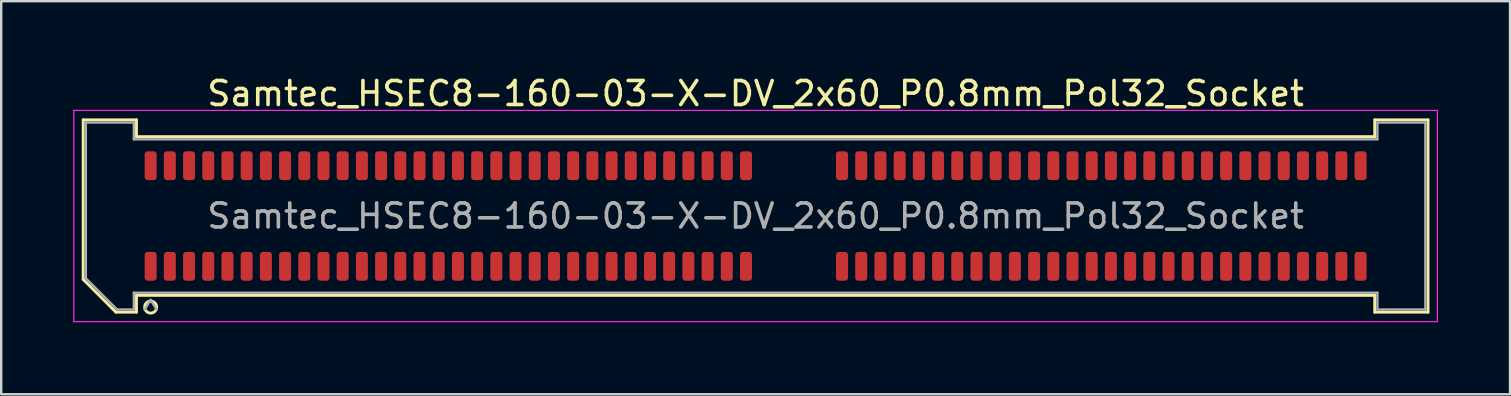
<source format=kicad_pcb>
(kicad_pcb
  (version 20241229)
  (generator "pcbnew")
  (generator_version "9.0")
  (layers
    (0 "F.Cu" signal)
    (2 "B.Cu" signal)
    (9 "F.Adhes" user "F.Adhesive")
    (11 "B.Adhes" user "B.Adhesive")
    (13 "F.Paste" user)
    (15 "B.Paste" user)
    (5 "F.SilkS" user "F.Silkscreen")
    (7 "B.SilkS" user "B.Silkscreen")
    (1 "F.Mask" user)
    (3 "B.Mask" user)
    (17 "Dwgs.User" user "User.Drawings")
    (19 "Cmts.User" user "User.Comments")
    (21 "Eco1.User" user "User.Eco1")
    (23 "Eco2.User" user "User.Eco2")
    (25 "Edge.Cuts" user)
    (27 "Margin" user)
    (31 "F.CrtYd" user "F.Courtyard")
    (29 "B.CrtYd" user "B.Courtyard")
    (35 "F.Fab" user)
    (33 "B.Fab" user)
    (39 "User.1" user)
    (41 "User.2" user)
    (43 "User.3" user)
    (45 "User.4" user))
  (footprint "Samtec_HSEC8-160-03-X-DV_2x60_P0.8mm_Pol32_Socket"
    (layer "F.Cu")
    (at 28.425 5.948)
    (property "Reference" "Samtec_HSEC8-160-03-X-DV_2x60_P0.8mm_Pol32_Socket" (at 0 -5.1 0) (layer "F.SilkS") (effects (font (size 1 1) (thickness 0.15))))
    (attr smd)
    (fp_line (start -28.01 -4.005) (end -25.79 -4.005) (stroke (width 0.12) (type solid)) (layer "F.SilkS"))
    (fp_line (start -28.01 2.641) (end -28.01 -4.005) (stroke (width 0.12) (type solid)) (layer "F.SilkS"))
    (fp_line (start -26.646 4.005) (end -28.01 2.641) (stroke (width 0.12) (type solid)) (layer "F.SilkS"))
    (fp_line (start -25.79 -4.005) (end -25.79 -3.305) (stroke (width 0.12) (type solid)) (layer "F.SilkS"))
    (fp_line (start -25.79 -3.305) (end 25.79 -3.305) (stroke (width 0.12) (type solid)) (layer "F.SilkS"))
    (fp_line (start -25.79 3.305) (end -25.79 4.005) (stroke (width 0.12) (type solid)) (layer "F.SilkS"))
    (fp_line (start -25.79 4.005) (end -26.646 4.005) (stroke (width 0.12) (type solid)) (layer "F.SilkS"))
    (fp_line (start 25.79 -4.005) (end 28.01 -4.005) (stroke (width 0.12) (type solid)) (layer "F.SilkS"))
    (fp_line (start 25.79 -3.305) (end 25.79 -4.005) (stroke (width 0.12) (type solid)) (layer "F.SilkS"))
    (fp_line (start 25.79 3.305) (end -25.79 3.305) (stroke (width 0.12) (type solid)) (layer "F.SilkS"))
    (fp_line (start 25.79 4.005) (end 25.79 3.305) (stroke (width 0.12) (type solid)) (layer "F.SilkS"))
    (fp_line (start 28.01 -4.005) (end 28.01 4.005) (stroke (width 0.12) (type solid)) (layer "F.SilkS"))
    (fp_line (start 28.01 4.005) (end 25.79 4.005) (stroke (width 0.12) (type solid)) (layer "F.SilkS"))
    (fp_arc (start -24.95 3.795) (mid -25.45 3.795) (end -24.95 3.795) (stroke (width 0.12) (type solid)) (layer "F.SilkS"))
    (fp_line (start -28.4 -4.4) (end -28.4 4.4) (stroke (width 0.05) (type solid)) (layer "F.CrtYd"))
    (fp_line (start -28.4 4.4) (end 28.4 4.4) (stroke (width 0.05) (type solid)) (layer "F.CrtYd"))
    (fp_line (start 28.4 -4.4) (end -28.4 -4.4) (stroke (width 0.05) (type solid)) (layer "F.CrtYd"))
    (fp_line (start 28.4 4.4) (end 28.4 -4.4) (stroke (width 0.05) (type solid)) (layer "F.CrtYd"))
    (fp_line (start -27.9 -3.895) (end -25.9 -3.895) (stroke (width 0.1) (type solid)) (layer "F.Fab"))
    (fp_line (start -27.9 2.595) (end -27.9 -3.895) (stroke (width 0.1) (type solid)) (layer "F.Fab"))
    (fp_line (start -26.6 3.895) (end -27.9 2.595) (stroke (width 0.1) (type solid)) (layer "F.Fab"))
    (fp_line (start -25.9 -3.895) (end -25.9 -3.195) (stroke (width 0.1) (type solid)) (layer "F.Fab"))
    (fp_line (start -25.9 -3.195) (end 25.9 -3.195) (stroke (width 0.1) (type solid)) (layer "F.Fab"))
    (fp_line (start -25.9 3.195) (end -25.9 3.895) (stroke (width 0.1) (type solid)) (layer "F.Fab"))
    (fp_line (start -25.9 3.895) (end -26.6 3.895) (stroke (width 0.1) (type solid)) (layer "F.Fab"))
    (fp_line (start -25.2 3.495) (end -25.45 3.895) (stroke (width 0.1) (type solid)) (layer "F.Fab"))
    (fp_line (start -25.2 3.495) (end -24.95 3.895) (stroke (width 0.1) (type solid)) (layer "F.Fab"))
    (fp_line (start 25.9 -3.895) (end 27.9 -3.895) (stroke (width 0.1) (type solid)) (layer "F.Fab"))
    (fp_line (start 25.9 -3.195) (end 25.9 -3.895) (stroke (width 0.1) (type solid)) (layer "F.Fab"))
    (fp_line (start 25.9 3.195) (end -25.9 3.195) (stroke (width 0.1) (type solid)) (layer "F.Fab"))
    (fp_line (start 25.9 3.895) (end 25.9 3.195) (stroke (width 0.1) (type solid)) (layer "F.Fab"))
    (fp_line (start 27.9 -3.895) (end 27.9 3.895) (stroke (width 0.1) (type solid)) (layer "F.Fab"))
    (fp_line (start 27.9 3.895) (end 25.9 3.895) (stroke (width 0.1) (type solid)) (layer "F.Fab"))
    (fp_text user "${REFERENCE}" (at 0 0 0) (layer "F.Fab") (effects (font (size 1 1) (thickness 0.15))))
    (pad "1" smd roundrect (at -25.2 2.095) (size 0.5 1.2) (layers "F.Cu" "F.Mask" "F.Paste") (roundrect_rratio 0.25))
    (pad "2" smd roundrect (at -25.2 -2.095) (size 0.5 1.2) (layers "F.Cu" "F.Mask" "F.Paste") (roundrect_rratio 0.25))
    (pad "3" smd roundrect (at -24.4 2.095) (size 0.5 1.2) (layers "F.Cu" "F.Mask" "F.Paste") (roundrect_rratio 0.25))
    (pad "4" smd roundrect (at -24.4 -2.095) (size 0.5 1.2) (layers "F.Cu" "F.Mask" "F.Paste") (roundrect_rratio 0.25))
    (pad "5" smd roundrect (at -23.6 2.095) (size 0.5 1.2) (layers "F.Cu" "F.Mask" "F.Paste") (roundrect_rratio 0.25))
    (pad "6" smd roundrect (at -23.6 -2.095) (size 0.5 1.2) (layers "F.Cu" "F.Mask" "F.Paste") (roundrect_rratio 0.25))
    (pad "7" smd roundrect (at -22.8 2.095) (size 0.5 1.2) (layers "F.Cu" "F.Mask" "F.Paste") (roundrect_rratio 0.25))
    (pad "8" smd roundrect (at -22.8 -2.095) (size 0.5 1.2) (layers "F.Cu" "F.Mask" "F.Paste") (roundrect_rratio 0.25))
    (pad "9" smd roundrect (at -22 2.095) (size 0.5 1.2) (layers "F.Cu" "F.Mask" "F.Paste") (roundrect_rratio 0.25))
    (pad "10" smd roundrect (at -22 -2.095) (size 0.5 1.2) (layers "F.Cu" "F.Mask" "F.Paste") (roundrect_rratio 0.25))
    (pad "11" smd roundrect (at -21.2 2.095) (size 0.5 1.2) (layers "F.Cu" "F.Mask" "F.Paste") (roundrect_rratio 0.25))
    (pad "12" smd roundrect (at -21.2 -2.095) (size 0.5 1.2) (layers "F.Cu" "F.Mask" "F.Paste") (roundrect_rratio 0.25))
    (pad "13" smd roundrect (at -20.4 2.095) (size 0.5 1.2) (layers "F.Cu" "F.Mask" "F.Paste") (roundrect_rratio 0.25))
    (pad "14" smd roundrect (at -20.4 -2.095) (size 0.5 1.2) (layers "F.Cu" "F.Mask" "F.Paste") (roundrect_rratio 0.25))
    (pad "15" smd roundrect (at -19.6 2.095) (size 0.5 1.2) (layers "F.Cu" "F.Mask" "F.Paste") (roundrect_rratio 0.25))
    (pad "16" smd roundrect (at -19.6 -2.095) (size 0.5 1.2) (layers "F.Cu" "F.Mask" "F.Paste") (roundrect_rratio 0.25))
    (pad "17" smd roundrect (at -18.8 2.095) (size 0.5 1.2) (layers "F.Cu" "F.Mask" "F.Paste") (roundrect_rratio 0.25))
    (pad "18" smd roundrect (at -18.8 -2.095) (size 0.5 1.2) (layers "F.Cu" "F.Mask" "F.Paste") (roundrect_rratio 0.25))
    (pad "19" smd roundrect (at -18 2.095) (size 0.5 1.2) (layers "F.Cu" "F.Mask" "F.Paste") (roundrect_rratio 0.25))
    (pad "20" smd roundrect (at -18 -2.095) (size 0.5 1.2) (layers "F.Cu" "F.Mask" "F.Paste") (roundrect_rratio 0.25))
    (pad "21" smd roundrect (at -17.2 2.095) (size 0.5 1.2) (layers "F.Cu" "F.Mask" "F.Paste") (roundrect_rratio 0.25))
    (pad "22" smd roundrect (at -17.2 -2.095) (size 0.5 1.2) (layers "F.Cu" "F.Mask" "F.Paste") (roundrect_rratio 0.25))
    (pad "23" smd roundrect (at -16.4 2.095) (size 0.5 1.2) (layers "F.Cu" "F.Mask" "F.Paste") (roundrect_rratio 0.25))
    (pad "24" smd roundrect (at -16.4 -2.095) (size 0.5 1.2) (layers "F.Cu" "F.Mask" "F.Paste") (roundrect_rratio 0.25))
    (pad "25" smd roundrect (at -15.6 2.095) (size 0.5 1.2) (layers "F.Cu" "F.Mask" "F.Paste") (roundrect_rratio 0.25))
    (pad "26" smd roundrect (at -15.6 -2.095) (size 0.5 1.2) (layers "F.Cu" "F.Mask" "F.Paste") (roundrect_rratio 0.25))
    (pad "27" smd roundrect (at -14.8 2.095) (size 0.5 1.2) (layers "F.Cu" "F.Mask" "F.Paste") (roundrect_rratio 0.25))
    (pad "28" smd roundrect (at -14.8 -2.095) (size 0.5 1.2) (layers "F.Cu" "F.Mask" "F.Paste") (roundrect_rratio 0.25))
    (pad "29" smd roundrect (at -14 2.095) (size 0.5 1.2) (layers "F.Cu" "F.Mask" "F.Paste") (roundrect_rratio 0.25))
    (pad "30" smd roundrect (at -14 -2.095) (size 0.5 1.2) (layers "F.Cu" "F.Mask" "F.Paste") (roundrect_rratio 0.25))
    (pad "31" smd roundrect (at -13.2 2.095) (size 0.5 1.2) (layers "F.Cu" "F.Mask" "F.Paste") (roundrect_rratio 0.25))
    (pad "32" smd roundrect (at -13.2 -2.095) (size 0.5 1.2) (layers "F.Cu" "F.Mask" "F.Paste") (roundrect_rratio 0.25))
    (pad "33" smd roundrect (at -12.4 2.095) (size 0.5 1.2) (layers "F.Cu" "F.Mask" "F.Paste") (roundrect_rratio 0.25))
    (pad "34" smd roundrect (at -12.4 -2.095) (size 0.5 1.2) (layers "F.Cu" "F.Mask" "F.Paste") (roundrect_rratio 0.25))
    (pad "35" smd roundrect (at -11.6 2.095) (size 0.5 1.2) (layers "F.Cu" "F.Mask" "F.Paste") (roundrect_rratio 0.25))
    (pad "36" smd roundrect (at -11.6 -2.095) (size 0.5 1.2) (layers "F.Cu" "F.Mask" "F.Paste") (roundrect_rratio 0.25))
    (pad "37" smd roundrect (at -10.8 2.095) (size 0.5 1.2) (layers "F.Cu" "F.Mask" "F.Paste") (roundrect_rratio 0.25))
    (pad "38" smd roundrect (at -10.8 -2.095) (size 0.5 1.2) (layers "F.Cu" "F.Mask" "F.Paste") (roundrect_rratio 0.25))
    (pad "39" smd roundrect (at -10 2.095) (size 0.5 1.2) (layers "F.Cu" "F.Mask" "F.Paste") (roundrect_rratio 0.25))
    (pad "40" smd roundrect (at -10 -2.095) (size 0.5 1.2) (layers "F.Cu" "F.Mask" "F.Paste") (roundrect_rratio 0.25))
    (pad "41" smd roundrect (at -9.2 2.095) (size 0.5 1.2) (layers "F.Cu" "F.Mask" "F.Paste") (roundrect_rratio 0.25))
    (pad "42" smd roundrect (at -9.2 -2.095) (size 0.5 1.2) (layers "F.Cu" "F.Mask" "F.Paste") (roundrect_rratio 0.25))
    (pad "43" smd roundrect (at -8.4 2.095) (size 0.5 1.2) (layers "F.Cu" "F.Mask" "F.Paste") (roundrect_rratio 0.25))
    (pad "44" smd roundrect (at -8.4 -2.095) (size 0.5 1.2) (layers "F.Cu" "F.Mask" "F.Paste") (roundrect_rratio 0.25))
    (pad "45" smd roundrect (at -7.6 2.095) (size 0.5 1.2) (layers "F.Cu" "F.Mask" "F.Paste") (roundrect_rratio 0.25))
    (pad "46" smd roundrect (at -7.6 -2.095) (size 0.5 1.2) (layers "F.Cu" "F.Mask" "F.Paste") (roundrect_rratio 0.25))
    (pad "47" smd roundrect (at -6.8 2.095) (size 0.5 1.2) (layers "F.Cu" "F.Mask" "F.Paste") (roundrect_rratio 0.25))
    (pad "48" smd roundrect (at -6.8 -2.095) (size 0.5 1.2) (layers "F.Cu" "F.Mask" "F.Paste") (roundrect_rratio 0.25))
    (pad "49" smd roundrect (at -6 2.095) (size 0.5 1.2) (layers "F.Cu" "F.Mask" "F.Paste") (roundrect_rratio 0.25))
    (pad "50" smd roundrect (at -6 -2.095) (size 0.5 1.2) (layers "F.Cu" "F.Mask" "F.Paste") (roundrect_rratio 0.25))
    (pad "51" smd roundrect (at -5.2 2.095) (size 0.5 1.2) (layers "F.Cu" "F.Mask" "F.Paste") (roundrect_rratio 0.25))
    (pad "52" smd roundrect (at -5.2 -2.095) (size 0.5 1.2) (layers "F.Cu" "F.Mask" "F.Paste") (roundrect_rratio 0.25))
    (pad "53" smd roundrect (at -4.4 2.095) (size 0.5 1.2) (layers "F.Cu" "F.Mask" "F.Paste") (roundrect_rratio 0.25))
    (pad "54" smd roundrect (at -4.4 -2.095) (size 0.5 1.2) (layers "F.Cu" "F.Mask" "F.Paste") (roundrect_rratio 0.25))
    (pad "55" smd roundrect (at -3.6 2.095) (size 0.5 1.2) (layers "F.Cu" "F.Mask" "F.Paste") (roundrect_rratio 0.25))
    (pad "56" smd roundrect (at -3.6 -2.095) (size 0.5 1.2) (layers "F.Cu" "F.Mask" "F.Paste") (roundrect_rratio 0.25))
    (pad "57" smd roundrect (at -2.8 2.095) (size 0.5 1.2) (layers "F.Cu" "F.Mask" "F.Paste") (roundrect_rratio 0.25))
    (pad "58" smd roundrect (at -2.8 -2.095) (size 0.5 1.2) (layers "F.Cu" "F.Mask" "F.Paste") (roundrect_rratio 0.25))
    (pad "59" smd roundrect (at -2 2.095) (size 0.5 1.2) (layers "F.Cu" "F.Mask" "F.Paste") (roundrect_rratio 0.25))
    (pad "60" smd roundrect (at -2 -2.095) (size 0.5 1.2) (layers "F.Cu" "F.Mask" "F.Paste") (roundrect_rratio 0.25))
    (pad "61" smd roundrect (at -1.2 2.095) (size 0.5 1.2) (layers "F.Cu" "F.Mask" "F.Paste") (roundrect_rratio 0.25))
    (pad "62" smd roundrect (at -1.2 -2.095) (size 0.5 1.2) (layers "F.Cu" "F.Mask" "F.Paste") (roundrect_rratio 0.25))
    (pad "63" smd roundrect (at -0.4 2.095) (size 0.5 1.2) (layers "F.Cu" "F.Mask" "F.Paste") (roundrect_rratio 0.25))
    (pad "64" smd roundrect (at -0.4 -2.095) (size 0.5 1.2) (layers "F.Cu" "F.Mask" "F.Paste") (roundrect_rratio 0.25))
    (pad "65" smd roundrect (at 3.6 2.095) (size 0.5 1.2) (layers "F.Cu" "F.Mask" "F.Paste") (roundrect_rratio 0.25))
    (pad "66" smd roundrect (at 3.6 -2.095) (size 0.5 1.2) (layers "F.Cu" "F.Mask" "F.Paste") (roundrect_rratio 0.25))
    (pad "67" smd roundrect (at 4.4 2.095) (size 0.5 1.2) (layers "F.Cu" "F.Mask" "F.Paste") (roundrect_rratio 0.25))
    (pad "68" smd roundrect (at 4.4 -2.095) (size 0.5 1.2) (layers "F.Cu" "F.Mask" "F.Paste") (roundrect_rratio 0.25))
    (pad "69" smd roundrect (at 5.2 2.095) (size 0.5 1.2) (layers "F.Cu" "F.Mask" "F.Paste") (roundrect_rratio 0.25))
    (pad "70" smd roundrect (at 5.2 -2.095) (size 0.5 1.2) (layers "F.Cu" "F.Mask" "F.Paste") (roundrect_rratio 0.25))
    (pad "71" smd roundrect (at 6 2.095) (size 0.5 1.2) (layers "F.Cu" "F.Mask" "F.Paste") (roundrect_rratio 0.25))
    (pad "72" smd roundrect (at 6 -2.095) (size 0.5 1.2) (layers "F.Cu" "F.Mask" "F.Paste") (roundrect_rratio 0.25))
    (pad "73" smd roundrect (at 6.8 2.095) (size 0.5 1.2) (layers "F.Cu" "F.Mask" "F.Paste") (roundrect_rratio 0.25))
    (pad "74" smd roundrect (at 6.8 -2.095) (size 0.5 1.2) (layers "F.Cu" "F.Mask" "F.Paste") (roundrect_rratio 0.25))
    (pad "75" smd roundrect (at 7.6 2.095) (size 0.5 1.2) (layers "F.Cu" "F.Mask" "F.Paste") (roundrect_rratio 0.25))
    (pad "76" smd roundrect (at 7.6 -2.095) (size 0.5 1.2) (layers "F.Cu" "F.Mask" "F.Paste") (roundrect_rratio 0.25))
    (pad "77" smd roundrect (at 8.4 2.095) (size 0.5 1.2) (layers "F.Cu" "F.Mask" "F.Paste") (roundrect_rratio 0.25))
    (pad "78" smd roundrect (at 8.4 -2.095) (size 0.5 1.2) (layers "F.Cu" "F.Mask" "F.Paste") (roundrect_rratio 0.25))
    (pad "79" smd roundrect (at 9.2 2.095) (size 0.5 1.2) (layers "F.Cu" "F.Mask" "F.Paste") (roundrect_rratio 0.25))
    (pad "80" smd roundrect (at 9.2 -2.095) (size 0.5 1.2) (layers "F.Cu" "F.Mask" "F.Paste") (roundrect_rratio 0.25))
    (pad "81" smd roundrect (at 10 2.095) (size 0.5 1.2) (layers "F.Cu" "F.Mask" "F.Paste") (roundrect_rratio 0.25))
    (pad "82" smd roundrect (at 10 -2.095) (size 0.5 1.2) (layers "F.Cu" "F.Mask" "F.Paste") (roundrect_rratio 0.25))
    (pad "83" smd roundrect (at 10.8 2.095) (size 0.5 1.2) (layers "F.Cu" "F.Mask" "F.Paste") (roundrect_rratio 0.25))
    (pad "84" smd roundrect (at 10.8 -2.095) (size 0.5 1.2) (layers "F.Cu" "F.Mask" "F.Paste") (roundrect_rratio 0.25))
    (pad "85" smd roundrect (at 11.6 2.095) (size 0.5 1.2) (layers "F.Cu" "F.Mask" "F.Paste") (roundrect_rratio 0.25))
    (pad "86" smd roundrect (at 11.6 -2.095) (size 0.5 1.2) (layers "F.Cu" "F.Mask" "F.Paste") (roundrect_rratio 0.25))
    (pad "87" smd roundrect (at 12.4 2.095) (size 0.5 1.2) (layers "F.Cu" "F.Mask" "F.Paste") (roundrect_rratio 0.25))
    (pad "88" smd roundrect (at 12.4 -2.095) (size 0.5 1.2) (layers "F.Cu" "F.Mask" "F.Paste") (roundrect_rratio 0.25))
    (pad "89" smd roundrect (at 13.2 2.095) (size 0.5 1.2) (layers "F.Cu" "F.Mask" "F.Paste") (roundrect_rratio 0.25))
    (pad "90" smd roundrect (at 13.2 -2.095) (size 0.5 1.2) (layers "F.Cu" "F.Mask" "F.Paste") (roundrect_rratio 0.25))
    (pad "91" smd roundrect (at 14 2.095) (size 0.5 1.2) (layers "F.Cu" "F.Mask" "F.Paste") (roundrect_rratio 0.25))
    (pad "92" smd roundrect (at 14 -2.095) (size 0.5 1.2) (layers "F.Cu" "F.Mask" "F.Paste") (roundrect_rratio 0.25))
    (pad "93" smd roundrect (at 14.8 2.095) (size 0.5 1.2) (layers "F.Cu" "F.Mask" "F.Paste") (roundrect_rratio 0.25))
    (pad "94" smd roundrect (at 14.8 -2.095) (size 0.5 1.2) (layers "F.Cu" "F.Mask" "F.Paste") (roundrect_rratio 0.25))
    (pad "95" smd roundrect (at 15.6 2.095) (size 0.5 1.2) (layers "F.Cu" "F.Mask" "F.Paste") (roundrect_rratio 0.25))
    (pad "96" smd roundrect (at 15.6 -2.095) (size 0.5 1.2) (layers "F.Cu" "F.Mask" "F.Paste") (roundrect_rratio 0.25))
    (pad "97" smd roundrect (at 16.4 2.095) (size 0.5 1.2) (layers "F.Cu" "F.Mask" "F.Paste") (roundrect_rratio 0.25))
    (pad "98" smd roundrect (at 16.4 -2.095) (size 0.5 1.2) (layers "F.Cu" "F.Mask" "F.Paste") (roundrect_rratio 0.25))
    (pad "99" smd roundrect (at 17.2 2.095) (size 0.5 1.2) (layers "F.Cu" "F.Mask" "F.Paste") (roundrect_rratio 0.25))
    (pad "100" smd roundrect (at 17.2 -2.095) (size 0.5 1.2) (layers "F.Cu" "F.Mask" "F.Paste") (roundrect_rratio 0.25))
    (pad "101" smd roundrect (at 18 2.095) (size 0.5 1.2) (layers "F.Cu" "F.Mask" "F.Paste") (roundrect_rratio 0.25))
    (pad "102" smd roundrect (at 18 -2.095) (size 0.5 1.2) (layers "F.Cu" "F.Mask" "F.Paste") (roundrect_rratio 0.25))
    (pad "103" smd roundrect (at 18.8 2.095) (size 0.5 1.2) (layers "F.Cu" "F.Mask" "F.Paste") (roundrect_rratio 0.25))
    (pad "104" smd roundrect (at 18.8 -2.095) (size 0.5 1.2) (layers "F.Cu" "F.Mask" "F.Paste") (roundrect_rratio 0.25))
    (pad "105" smd roundrect (at 19.6 2.095) (size 0.5 1.2) (layers "F.Cu" "F.Mask" "F.Paste") (roundrect_rratio 0.25))
    (pad "106" smd roundrect (at 19.6 -2.095) (size 0.5 1.2) (layers "F.Cu" "F.Mask" "F.Paste") (roundrect_rratio 0.25))
    (pad "107" smd roundrect (at 20.4 2.095) (size 0.5 1.2) (layers "F.Cu" "F.Mask" "F.Paste") (roundrect_rratio 0.25))
    (pad "108" smd roundrect (at 20.4 -2.095) (size 0.5 1.2) (layers "F.Cu" "F.Mask" "F.Paste") (roundrect_rratio 0.25))
    (pad "109" smd roundrect (at 21.2 2.095) (size 0.5 1.2) (layers "F.Cu" "F.Mask" "F.Paste") (roundrect_rratio 0.25))
    (pad "110" smd roundrect (at 21.2 -2.095) (size 0.5 1.2) (layers "F.Cu" "F.Mask" "F.Paste") (roundrect_rratio 0.25))
    (pad "111" smd roundrect (at 22 2.095) (size 0.5 1.2) (layers "F.Cu" "F.Mask" "F.Paste") (roundrect_rratio 0.25))
    (pad "112" smd roundrect (at 22 -2.095) (size 0.5 1.2) (layers "F.Cu" "F.Mask" "F.Paste") (roundrect_rratio 0.25))
    (pad "113" smd roundrect (at 22.8 2.095) (size 0.5 1.2) (layers "F.Cu" "F.Mask" "F.Paste") (roundrect_rratio 0.25))
    (pad "114" smd roundrect (at 22.8 -2.095) (size 0.5 1.2) (layers "F.Cu" "F.Mask" "F.Paste") (roundrect_rratio 0.25))
    (pad "115" smd roundrect (at 23.6 2.095) (size 0.5 1.2) (layers "F.Cu" "F.Mask" "F.Paste") (roundrect_rratio 0.25))
    (pad "116" smd roundrect (at 23.6 -2.095) (size 0.5 1.2) (layers "F.Cu" "F.Mask" "F.Paste") (roundrect_rratio 0.25))
    (pad "117" smd roundrect (at 24.4 2.095) (size 0.5 1.2) (layers "F.Cu" "F.Mask" "F.Paste") (roundrect_rratio 0.25))
    (pad "118" smd roundrect (at 24.4 -2.095) (size 0.5 1.2) (layers "F.Cu" "F.Mask" "F.Paste") (roundrect_rratio 0.25))
    (pad "119" smd roundrect (at 25.2 2.095) (size 0.5 1.2) (layers "F.Cu" "F.Mask" "F.Paste") (roundrect_rratio 0.25))
    (pad "120" smd roundrect (at 25.2 -2.095) (size 0.5 1.2) (layers "F.Cu" "F.Mask" "F.Paste") (roundrect_rratio 0.25)))
  (gr_rect
    (start -3 -3)
    (end 59.85 13.373)
    (stroke (width 0.1) (type default))
    (fill no)
    (layer "Edge.Cuts")))
</source>
